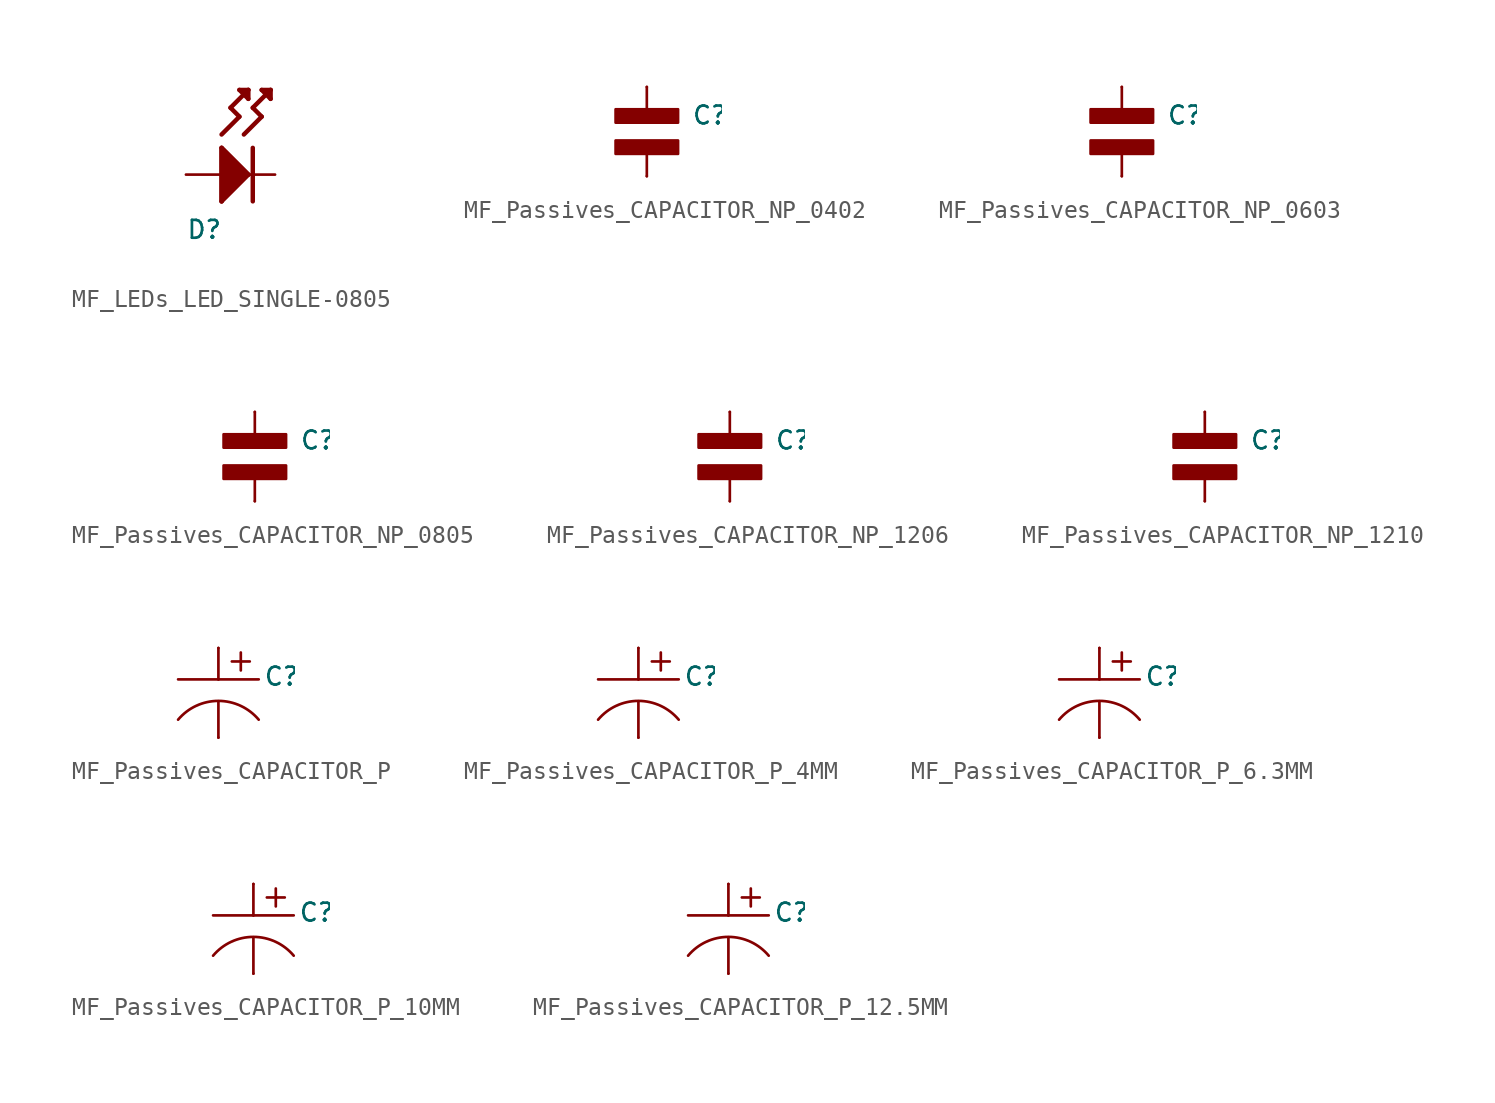
<source format=kicad_sym>
(kicad_symbol_lib
  (version 20220914)
  (generator kicad_symbol_editor)
  (symbol "MF_LEDs_LED_SINGLE-0805"
    (property "Reference" "D"
      (at -2.54 -2.54 0)
      (effects (font (size 1.016 1.016)) (justify left top)))
    (property "Value" ""
      (at -2.54 -5.08 0)
      (effects (font (size 1.016 1.016)) (justify left bottom)))
    (property "ki_locked" ""
      (at 0 0 0)
      (effects (font (size 1.27 1.27))))
    (symbol "MF_LEDs_LED_SINGLE-0805_1_0"
      (polyline (pts (xy -0.508 -1.524) (xy -0.508 1.524)) (stroke (width 0.254) (type solid)) (fill (type none)))
      (polyline (pts (xy -0.508 1.524) (xy 1.016 0)) (stroke (width 0.254) (type solid)) (fill (type none)))
      (polyline (pts (xy -0.508 2.286) (xy 0.508 3.302)) (stroke (width 0.254) (type solid)) (fill (type none)))
      (polyline (pts (xy 0 3.81) (xy 1.016 4.826)) (stroke (width 0.254) (type solid)) (fill (type none)))
      (polyline (pts (xy 0.508 3.302) (xy 0 3.81)) (stroke (width 0.254) (type solid)) (fill (type none)))
      (polyline (pts (xy 0.508 4.826) (xy 1.016 4.318)) (stroke (width 0.254) (type solid)) (fill (type none)))
      (polyline (pts (xy 0.762 2.286) (xy 1.778 3.302)) (stroke (width 0.254) (type solid)) (fill (type none)))
      (polyline (pts (xy 1.016 0) (xy -0.508 -1.524)) (stroke (width 0.254) (type solid)) (fill (type none)))
      (polyline (pts (xy 1.016 4.318) (xy 1.016 4.826)) (stroke (width 0.254) (type solid)) (fill (type none)))
      (polyline (pts (xy 1.016 4.826) (xy 0.508 4.826)) (stroke (width 0.254) (type solid)) (fill (type none)))
      (polyline (pts (xy 1.27 1.524) (xy 1.27 -1.524)) (stroke (width 0.254) (type solid)) (fill (type none)))
      (polyline (pts (xy 1.27 3.81) (xy 2.286 4.826)) (stroke (width 0.254) (type solid)) (fill (type none)))
      (polyline (pts (xy 1.778 3.302) (xy 1.27 3.81)) (stroke (width 0.254) (type solid)) (fill (type none)))
      (polyline (pts (xy 1.778 4.826) (xy 2.286 4.318)) (stroke (width 0.254) (type solid)) (fill (type none)))
      (polyline (pts (xy 2.286 4.318) (xy 2.286 4.826)) (stroke (width 0.254) (type solid)) (fill (type none)))
      (polyline (pts (xy 2.286 4.826) (xy 1.778 4.826)) (stroke (width 0.254) (type solid)) (fill (type none)))
      (polyline (pts (xy -0.508 -1.524) (xy -0.508 1.524) (xy 1.016 0)) (stroke (width 0.254) (type solid)) (fill (type outline)))
      (pin power_in line (at -2.54 0 0) (length 2.54) (name "ANODE" (effects (font (size 0 0)))) (number "ANODE" (effects (font (size 0 0)))))
      (pin power_in line (at 2.54 0 180) (length 2.54) (name "CATHODE" (effects (font (size 0 0)))) (number "CATHODE" (effects (font (size 0 0)))))))
  (symbol "MF_Passives_CAPACITOR_NP_0402"
    (property "Reference" "C"
      (at 2.54 1.524 0)
      (effects (font (size 1.016 1.016)) (justify left top)))
    (property "Value" ""
      (at 2.54 -1.524 0)
      (effects (font (size 1.016 1.016)) (justify left bottom)))
    (property "ki_locked" ""
      (at 0 0 0)
      (effects (font (size 1.27 1.27))))
    (symbol "MF_Passives_CAPACITOR_NP_0402_1_0"
      (rectangle (start -1.778 -1.27) (end 1.778 -0.508) (stroke (width 0) (type default)) (fill (type outline)))
      (rectangle (start -1.778 0.508) (end 1.778 1.27) (stroke (width 0) (type default)) (fill (type outline)))
      (polyline (pts (xy 0 -2.54) (xy 0 -1.016)) (stroke (width 0.152) (type solid)) (fill (type none)))
      (polyline (pts (xy 0 2.54) (xy 0 1.016)) (stroke (width 0.152) (type solid)) (fill (type none)))
      (pin passive line (at 0 2.54 270) (length 0) (name "P$1" (effects (font (size 0 0)))) (number "P$1" (effects (font (size 0 0)))))
      (pin passive line (at 0 -2.54 90) (length 0) (name "P$2" (effects (font (size 0 0)))) (number "P$2" (effects (font (size 0 0)))))))
  (symbol "MF_Passives_CAPACITOR_NP_0603"
    (property "Reference" "C"
      (at 2.54 1.524 0)
      (effects (font (size 1.016 1.016)) (justify left top)))
    (property "Value" ""
      (at 2.54 -1.524 0)
      (effects (font (size 1.016 1.016)) (justify left bottom)))
    (property "ki_locked" ""
      (at 0 0 0)
      (effects (font (size 1.27 1.27))))
    (symbol "MF_Passives_CAPACITOR_NP_0603_1_0"
      (rectangle (start -1.778 -1.27) (end 1.778 -0.508) (stroke (width 0) (type default)) (fill (type outline)))
      (rectangle (start -1.778 0.508) (end 1.778 1.27) (stroke (width 0) (type default)) (fill (type outline)))
      (polyline (pts (xy 0 -2.54) (xy 0 -1.016)) (stroke (width 0.152) (type solid)) (fill (type none)))
      (polyline (pts (xy 0 2.54) (xy 0 1.016)) (stroke (width 0.152) (type solid)) (fill (type none)))
      (pin passive line (at 0 2.54 270) (length 0) (name "P$1" (effects (font (size 0 0)))) (number "P$1" (effects (font (size 0 0)))))
      (pin passive line (at 0 -2.54 90) (length 0) (name "P$2" (effects (font (size 0 0)))) (number "P$2" (effects (font (size 0 0)))))))
  (symbol "MF_Passives_CAPACITOR_NP_0805"
    (property "Reference" "C"
      (at 2.54 1.524 0)
      (effects (font (size 1.016 1.016)) (justify left top)))
    (property "Value" ""
      (at 2.54 -1.524 0)
      (effects (font (size 1.016 1.016)) (justify left bottom)))
    (property "ki_locked" ""
      (at 0 0 0)
      (effects (font (size 1.27 1.27))))
    (symbol "MF_Passives_CAPACITOR_NP_0805_1_0"
      (rectangle (start -1.778 -1.27) (end 1.778 -0.508) (stroke (width 0) (type default)) (fill (type outline)))
      (rectangle (start -1.778 0.508) (end 1.778 1.27) (stroke (width 0) (type default)) (fill (type outline)))
      (polyline (pts (xy 0 -2.54) (xy 0 -1.016)) (stroke (width 0.152) (type solid)) (fill (type none)))
      (polyline (pts (xy 0 2.54) (xy 0 1.016)) (stroke (width 0.152) (type solid)) (fill (type none)))
      (pin passive line (at 0 2.54 270) (length 0) (name "P$1" (effects (font (size 0 0)))) (number "P$1" (effects (font (size 0 0)))))
      (pin passive line (at 0 -2.54 90) (length 0) (name "P$2" (effects (font (size 0 0)))) (number "P$2" (effects (font (size 0 0)))))))
  (symbol "MF_Passives_CAPACITOR_NP_1206"
    (property "Reference" "C"
      (at 2.54 1.524 0)
      (effects (font (size 1.016 1.016)) (justify left top)))
    (property "Value" ""
      (at 2.54 -1.524 0)
      (effects (font (size 1.016 1.016)) (justify left bottom)))
    (property "ki_locked" ""
      (at 0 0 0)
      (effects (font (size 1.27 1.27))))
    (symbol "MF_Passives_CAPACITOR_NP_1206_1_0"
      (rectangle (start -1.778 -1.27) (end 1.778 -0.508) (stroke (width 0) (type default)) (fill (type outline)))
      (rectangle (start -1.778 0.508) (end 1.778 1.27) (stroke (width 0) (type default)) (fill (type outline)))
      (polyline (pts (xy 0 -2.54) (xy 0 -1.016)) (stroke (width 0.152) (type solid)) (fill (type none)))
      (polyline (pts (xy 0 2.54) (xy 0 1.016)) (stroke (width 0.152) (type solid)) (fill (type none)))
      (pin passive line (at 0 2.54 270) (length 0) (name "P$1" (effects (font (size 0 0)))) (number "P$1" (effects (font (size 0 0)))))
      (pin passive line (at 0 -2.54 90) (length 0) (name "P$2" (effects (font (size 0 0)))) (number "P$2" (effects (font (size 0 0)))))))
  (symbol "MF_Passives_CAPACITOR_NP_1210"
    (property "Reference" "C"
      (at 2.54 1.524 0)
      (effects (font (size 1.016 1.016)) (justify left top)))
    (property "Value" ""
      (at 2.54 -1.524 0)
      (effects (font (size 1.016 1.016)) (justify left bottom)))
    (property "ki_locked" ""
      (at 0 0 0)
      (effects (font (size 1.27 1.27))))
    (symbol "MF_Passives_CAPACITOR_NP_1210_1_0"
      (rectangle (start -1.778 -1.27) (end 1.778 -0.508) (stroke (width 0) (type default)) (fill (type outline)))
      (rectangle (start -1.778 0.508) (end 1.778 1.27) (stroke (width 0) (type default)) (fill (type outline)))
      (polyline (pts (xy 0 -2.54) (xy 0 -1.016)) (stroke (width 0.152) (type solid)) (fill (type none)))
      (polyline (pts (xy 0 2.54) (xy 0 1.016)) (stroke (width 0.152) (type solid)) (fill (type none)))
      (pin passive line (at 0 2.54 270) (length 0) (name "P$1" (effects (font (size 0 0)))) (number "P$1" (effects (font (size 0 0)))))
      (pin passive line (at 0 -2.54 90) (length 0) (name "P$2" (effects (font (size 0 0)))) (number "P$2" (effects (font (size 0 0)))))))
  (symbol "MF_Passives_CAPACITOR_P"
    (property "Reference" "C"
      (at 2.54 1.524 0)
      (effects (font (size 1.016 1.016)) (justify left top)))
    (property "Value" ""
      (at 2.54 -1.524 0)
      (effects (font (size 1.016 1.016)) (justify left bottom)))
    (property "ki_locked" ""
      (at 0 0 0)
      (effects (font (size 1.27 1.27))))
    (symbol "MF_Passives_CAPACITOR_P_1_0"
      (polyline (pts (xy -2.286 0.762) (xy 0 0.762)) (stroke (width 0.152) (type solid)) (fill (type none)))
      (polyline (pts (xy 0 -2.54) (xy 0 -0.508)) (stroke (width 0.152) (type solid)) (fill (type none)))
      (polyline (pts (xy 0 0.762) (xy 2.286 0.762)) (stroke (width 0.152) (type solid)) (fill (type none)))
      (polyline (pts (xy 0 2.54) (xy 0 0.762)) (stroke (width 0.152) (type solid)) (fill (type none)))
      (polyline (pts (xy 1.27 2.286) (xy 1.27 1.27)) (stroke (width 0.152) (type solid)) (fill (type none)))
      (polyline (pts (xy 1.778 1.778) (xy 0.762 1.778)) (stroke (width 0.152) (type solid)) (fill (type none)))
      (arc (start 2.2859 -1.5239) (mid -0.0001 -0.458) (end -2.286 -1.524) (stroke (width 0.1524) (type solid)) (fill (type none)))
      (pin passive line (at 0 2.54 270) (length 0) (name "P$1" (effects (font (size 0 0)))) (number "P$1" (effects (font (size 0 0)))))
      (pin passive line (at 0 -2.54 90) (length 0) (name "P$2" (effects (font (size 0 0)))) (number "P$2" (effects (font (size 0 0)))))))
  (symbol "MF_Passives_CAPACITOR_P_4MM"
    (property "Reference" "C"
      (at 2.54 1.524 0)
      (effects (font (size 1.016 1.016)) (justify left top)))
    (property "Value" ""
      (at 2.54 -1.524 0)
      (effects (font (size 1.016 1.016)) (justify left bottom)))
    (property "ki_locked" ""
      (at 0 0 0)
      (effects (font (size 1.27 1.27))))
    (symbol "MF_Passives_CAPACITOR_P_4MM_1_0"
      (polyline (pts (xy -2.286 0.762) (xy 0 0.762)) (stroke (width 0.152) (type solid)) (fill (type none)))
      (polyline (pts (xy 0 -2.54) (xy 0 -0.508)) (stroke (width 0.152) (type solid)) (fill (type none)))
      (polyline (pts (xy 0 0.762) (xy 2.286 0.762)) (stroke (width 0.152) (type solid)) (fill (type none)))
      (polyline (pts (xy 0 2.54) (xy 0 0.762)) (stroke (width 0.152) (type solid)) (fill (type none)))
      (polyline (pts (xy 1.27 2.286) (xy 1.27 1.27)) (stroke (width 0.152) (type solid)) (fill (type none)))
      (polyline (pts (xy 1.778 1.778) (xy 0.762 1.778)) (stroke (width 0.152) (type solid)) (fill (type none)))
      (arc (start 2.2859 -1.5239) (mid -0.0001 -0.458) (end -2.286 -1.524) (stroke (width 0.1524) (type solid)) (fill (type none)))
      (pin passive line (at 0 2.54 270) (length 0) (name "P$1" (effects (font (size 0 0)))) (number "P$1" (effects (font (size 0 0)))))
      (pin passive line (at 0 -2.54 90) (length 0) (name "P$2" (effects (font (size 0 0)))) (number "P$2" (effects (font (size 0 0)))))))
  (symbol "MF_Passives_CAPACITOR_P_6.3MM"
    (property "Reference" "C"
      (at 2.54 1.524 0)
      (effects (font (size 1.016 1.016)) (justify left top)))
    (property "Value" ""
      (at 2.54 -1.524 0)
      (effects (font (size 1.016 1.016)) (justify left bottom)))
    (property "ki_locked" ""
      (at 0 0 0)
      (effects (font (size 1.27 1.27))))
    (symbol "MF_Passives_CAPACITOR_P_6.3MM_1_0"
      (polyline (pts (xy -2.286 0.762) (xy 0 0.762)) (stroke (width 0.152) (type solid)) (fill (type none)))
      (polyline (pts (xy 0 -2.54) (xy 0 -0.508)) (stroke (width 0.152) (type solid)) (fill (type none)))
      (polyline (pts (xy 0 0.762) (xy 2.286 0.762)) (stroke (width 0.152) (type solid)) (fill (type none)))
      (polyline (pts (xy 0 2.54) (xy 0 0.762)) (stroke (width 0.152) (type solid)) (fill (type none)))
      (polyline (pts (xy 1.27 2.286) (xy 1.27 1.27)) (stroke (width 0.152) (type solid)) (fill (type none)))
      (polyline (pts (xy 1.778 1.778) (xy 0.762 1.778)) (stroke (width 0.152) (type solid)) (fill (type none)))
      (arc (start 2.2859 -1.5239) (mid -0.0001 -0.458) (end -2.286 -1.524) (stroke (width 0.1524) (type solid)) (fill (type none)))
      (pin passive line (at 0 2.54 270) (length 0) (name "P$1" (effects (font (size 0 0)))) (number "P$1" (effects (font (size 0 0)))))
      (pin passive line (at 0 -2.54 90) (length 0) (name "P$2" (effects (font (size 0 0)))) (number "P$2" (effects (font (size 0 0)))))))
  (symbol "MF_Passives_CAPACITOR_P_10MM"
    (property "Reference" "C"
      (at 2.54 1.524 0)
      (effects (font (size 1.016 1.016)) (justify left top)))
    (property "Value" ""
      (at 2.54 -1.524 0)
      (effects (font (size 1.016 1.016)) (justify left bottom)))
    (property "ki_locked" ""
      (at 0 0 0)
      (effects (font (size 1.27 1.27))))
    (symbol "MF_Passives_CAPACITOR_P_10MM_1_0"
      (polyline (pts (xy -2.286 0.762) (xy 0 0.762)) (stroke (width 0.152) (type solid)) (fill (type none)))
      (polyline (pts (xy 0 -2.54) (xy 0 -0.508)) (stroke (width 0.152) (type solid)) (fill (type none)))
      (polyline (pts (xy 0 0.762) (xy 2.286 0.762)) (stroke (width 0.152) (type solid)) (fill (type none)))
      (polyline (pts (xy 0 2.54) (xy 0 0.762)) (stroke (width 0.152) (type solid)) (fill (type none)))
      (polyline (pts (xy 1.27 2.286) (xy 1.27 1.27)) (stroke (width 0.152) (type solid)) (fill (type none)))
      (polyline (pts (xy 1.778 1.778) (xy 0.762 1.778)) (stroke (width 0.152) (type solid)) (fill (type none)))
      (arc (start 2.2859 -1.5239) (mid -0.0001 -0.458) (end -2.286 -1.524) (stroke (width 0.1524) (type solid)) (fill (type none)))
      (pin passive line (at 0 2.54 270) (length 0) (name "P$1" (effects (font (size 0 0)))) (number "P$1" (effects (font (size 0 0)))))
      (pin passive line (at 0 -2.54 90) (length 0) (name "P$2" (effects (font (size 0 0)))) (number "P$2" (effects (font (size 0 0)))))))
  (symbol "MF_Passives_CAPACITOR_P_12.5MM"
    (property "Reference" "C"
      (at 2.54 1.524 0)
      (effects (font (size 1.016 1.016)) (justify left top)))
    (property "Value" ""
      (at 2.54 -1.524 0)
      (effects (font (size 1.016 1.016)) (justify left bottom)))
    (property "ki_locked" ""
      (at 0 0 0)
      (effects (font (size 1.27 1.27))))
    (symbol "MF_Passives_CAPACITOR_P_12.5MM_1_0"
      (polyline (pts (xy -2.286 0.762) (xy 0 0.762)) (stroke (width 0.152) (type solid)) (fill (type none)))
      (polyline (pts (xy 0 -2.54) (xy 0 -0.508)) (stroke (width 0.152) (type solid)) (fill (type none)))
      (polyline (pts (xy 0 0.762) (xy 2.286 0.762)) (stroke (width 0.152) (type solid)) (fill (type none)))
      (polyline (pts (xy 0 2.54) (xy 0 0.762)) (stroke (width 0.152) (type solid)) (fill (type none)))
      (polyline (pts (xy 1.27 2.286) (xy 1.27 1.27)) (stroke (width 0.152) (type solid)) (fill (type none)))
      (polyline (pts (xy 1.778 1.778) (xy 0.762 1.778)) (stroke (width 0.152) (type solid)) (fill (type none)))
      (arc (start 2.2859 -1.5239) (mid -0.0001 -0.458) (end -2.286 -1.524) (stroke (width 0.1524) (type solid)) (fill (type none)))
      (pin passive line (at 0 2.54 270) (length 0) (name "P$1" (effects (font (size 0 0)))) (number "P$1" (effects (font (size 0 0)))))
      (pin passive line (at 0 -2.54 90) (length 0) (name "P$2" (effects (font (size 0 0)))) (number "P$2" (effects (font (size 0 0))))))))
</source>
